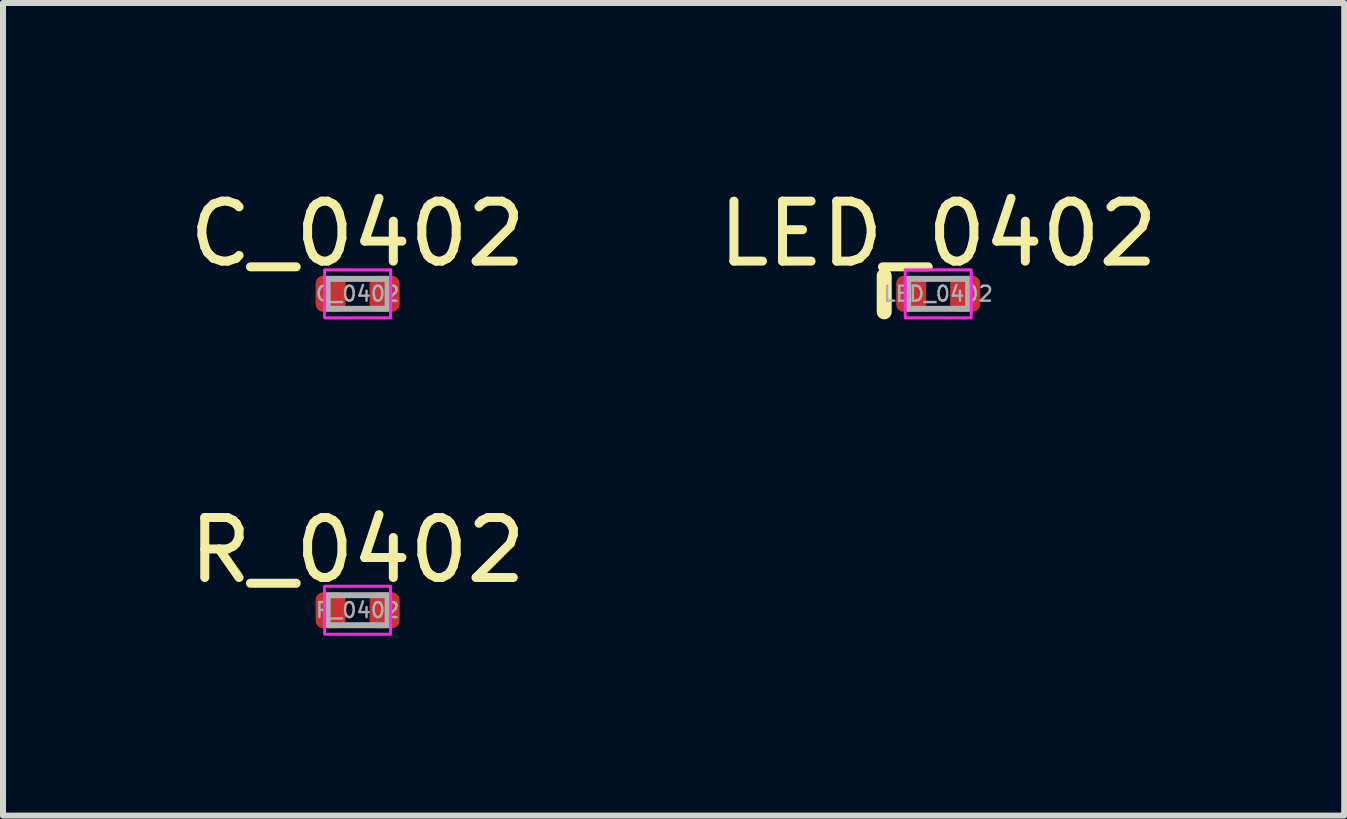
<source format=kicad_pcb>
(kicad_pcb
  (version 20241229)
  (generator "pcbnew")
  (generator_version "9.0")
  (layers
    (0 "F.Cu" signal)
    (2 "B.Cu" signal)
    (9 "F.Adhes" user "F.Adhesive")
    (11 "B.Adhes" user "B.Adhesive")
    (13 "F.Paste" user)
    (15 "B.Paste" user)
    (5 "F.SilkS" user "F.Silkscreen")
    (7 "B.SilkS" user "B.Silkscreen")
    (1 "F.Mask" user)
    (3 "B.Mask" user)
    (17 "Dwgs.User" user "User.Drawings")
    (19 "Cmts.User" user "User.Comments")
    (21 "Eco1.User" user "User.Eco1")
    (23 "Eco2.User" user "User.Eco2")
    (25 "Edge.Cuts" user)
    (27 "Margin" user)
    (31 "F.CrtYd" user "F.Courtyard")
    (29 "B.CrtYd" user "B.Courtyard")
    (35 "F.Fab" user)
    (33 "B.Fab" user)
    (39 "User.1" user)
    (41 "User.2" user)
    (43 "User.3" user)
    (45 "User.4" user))
  (footprint "LED_0402"
    (layer "F.Cu")
    (at 12.589 1.848)
    (property "Reference" "LED_0402" (at 0 -1 0) (unlocked yes) (layer "F.SilkS") (effects (font (size 1 1) (thickness 0.15))))
    (attr smd)
    (fp_line (start -0.9 -0.3) (end -0.9 0.3) (stroke (width 0.25) (type default)) (layer "F.SilkS"))
    (fp_rect (start -0.55 -0.4) (end 0.55 0.4) (stroke (width 0.05) (type default)) (fill no) (layer "F.CrtYd"))
    (fp_rect (start -0.5 -0.25) (end 0.5 0.25) (stroke (width 0.1) (type default)) (fill no) (layer "F.Fab"))
    (fp_text user "${REFERENCE}" (at 0 0 0) (unlocked yes) (layer "F.Fab") (effects (font (size 0.25 0.25) (thickness 0.04))))
    (pad "1" smd roundrect (at -0.45 0) (size 0.5 0.6) (layers "F.Cu" "F.Mask" "F.Paste") (roundrect_rratio 0.25))
    (pad "2" smd roundrect (at 0.45 0) (size 0.5 0.6) (layers "F.Cu" "F.Mask" "F.Paste") (roundrect_rratio 0.25)))
  (footprint "C_0402"
    (layer "F.Cu")
    (at 2.911 1.848)
    (property "Reference" "C_0402" (at 0 -1 0) (unlocked yes) (layer "F.SilkS") (effects (font (size 1 1) (thickness 0.15))))
    (attr smd)
    (fp_rect (start -0.55 -0.4) (end 0.55 0.4) (stroke (width 0.05) (type default)) (fill no) (layer "F.CrtYd"))
    (fp_rect (start -0.5 -0.25) (end 0.5 0.25) (stroke (width 0.1) (type default)) (fill no) (layer "F.Fab"))
    (fp_text user "${REFERENCE}" (at 0 0 0) (unlocked yes) (layer "F.Fab") (effects (font (size 0.25 0.25) (thickness 0.04))))
    (pad "1" smd roundrect (at -0.45 0) (size 0.5 0.6) (layers "F.Cu" "F.Mask" "F.Paste") (roundrect_rratio 0.25))
    (pad "2" smd roundrect (at 0.45 0) (size 0.5 0.6) (layers "F.Cu" "F.Mask" "F.Paste") (roundrect_rratio 0.25)))
  (footprint "R_0402"
    (layer "F.Cu")
    (at 2.911 7.122)
    (property "Reference" "R_0402" (at 0 -1 0) (unlocked yes) (layer "F.SilkS") (effects (font (size 1 1) (thickness 0.15))))
    (attr smd)
    (fp_rect (start -0.55 -0.4) (end 0.55 0.4) (stroke (width 0.05) (type default)) (fill no) (layer "F.CrtYd"))
    (fp_rect (start -0.5 -0.25) (end 0.5 0.25) (stroke (width 0.1) (type default)) (fill no) (layer "F.Fab"))
    (fp_text user "${REFERENCE}" (at 0 0 0) (unlocked yes) (layer "F.Fab") (effects (font (size 0.25 0.25) (thickness 0.04))))
    (pad "1" smd roundrect (at -0.45 0) (size 0.5 0.6) (layers "F.Cu" "F.Mask" "F.Paste") (roundrect_rratio 0.25))
    (pad "2" smd roundrect (at 0.45 0) (size 0.5 0.6) (layers "F.Cu" "F.Mask" "F.Paste") (roundrect_rratio 0.25)))
  (gr_rect
    (start -3 -3)
    (end 19.357 10.546)
    (stroke (width 0.1) (type default))
    (fill no)
    (layer "Edge.Cuts")))
</source>
